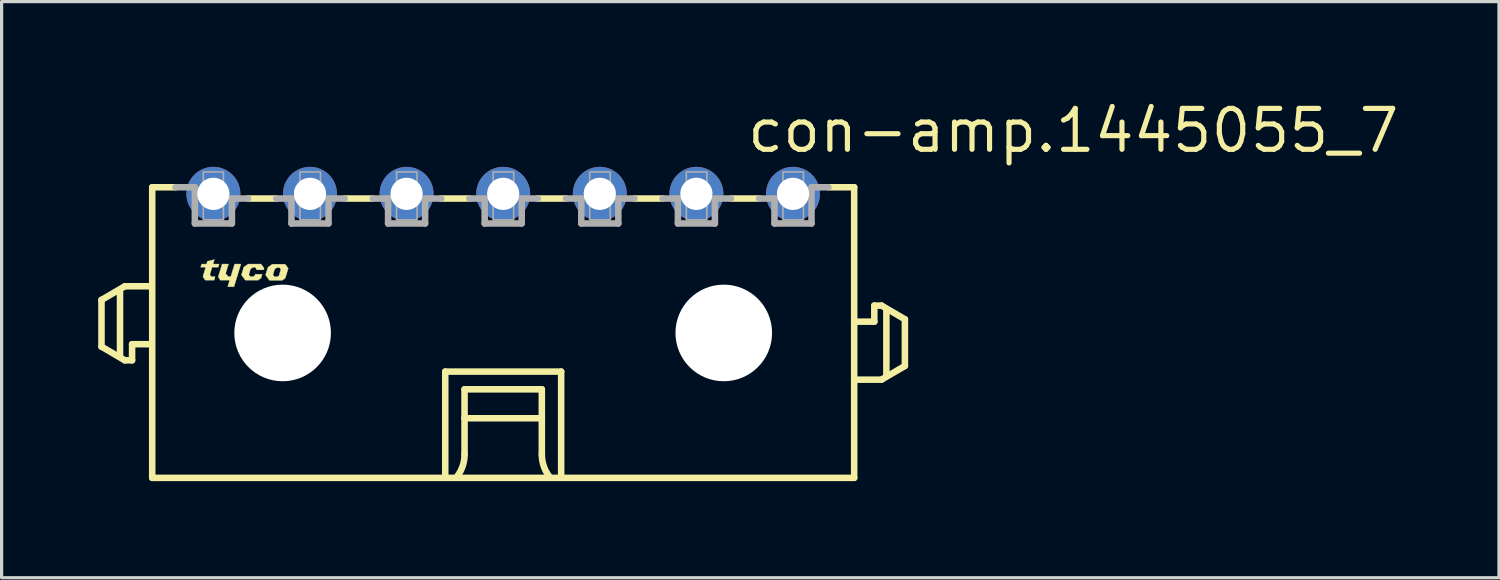
<source format=kicad_pcb>
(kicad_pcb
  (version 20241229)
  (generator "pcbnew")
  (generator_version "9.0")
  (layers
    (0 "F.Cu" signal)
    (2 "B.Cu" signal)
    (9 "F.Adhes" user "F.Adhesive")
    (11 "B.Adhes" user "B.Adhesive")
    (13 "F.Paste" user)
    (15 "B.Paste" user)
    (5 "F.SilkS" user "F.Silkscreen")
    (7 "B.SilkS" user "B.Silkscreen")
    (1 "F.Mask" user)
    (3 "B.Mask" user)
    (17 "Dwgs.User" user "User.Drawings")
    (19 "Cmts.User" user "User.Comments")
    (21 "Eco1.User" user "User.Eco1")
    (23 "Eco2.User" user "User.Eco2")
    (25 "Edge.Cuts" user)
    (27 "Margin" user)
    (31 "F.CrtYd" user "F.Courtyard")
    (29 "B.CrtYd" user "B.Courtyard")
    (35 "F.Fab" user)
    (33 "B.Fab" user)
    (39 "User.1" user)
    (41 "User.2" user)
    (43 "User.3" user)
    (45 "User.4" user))
  (footprint "con-amp.1445055_7"
    (layer "F.Cu")
    (at 12.577 7.29)
    (property "Reference" "con-amp.1445055_7" (at 7.5 -5.54 0) (layer "F.SilkS") (effects (font (size 1.27 1.27) (thickness 0.16)) (justify left bottom)))
    (attr through_hole)
    (fp_line (start -12.475 -1.025) (end -12.475 0.425) (stroke (width 0.203) (type default)) (layer "F.SilkS"))
    (fp_line (start -12.475 0.425) (end -11.75 0.85) (stroke (width 0.203) (type default)) (layer "F.SilkS"))
    (fp_line (start -11.9 0.7) (end -11.9 -1.3) (stroke (width 0.203) (type default)) (layer "F.SilkS"))
    (fp_line (start -11.75 -1.45) (end -12.475 -1.025) (stroke (width 0.203) (type default)) (layer "F.SilkS"))
    (fp_line (start -11.75 0.85) (end -11.525 0.85) (stroke (width 0.203) (type default)) (layer "F.SilkS"))
    (fp_line (start -11.525 0.35) (end -11 0.35) (stroke (width 0.203) (type default)) (layer "F.SilkS"))
    (fp_line (start -11.525 0.85) (end -11.525 0.35) (stroke (width 0.203) (type default)) (layer "F.SilkS"))
    (fp_line (start -11 -1.45) (end -11.75 -1.45) (stroke (width 0.203) (type default)) (layer "F.SilkS"))
    (fp_line (start -10.9 -4.525) (end -10.9 4.5) (stroke (width 0.203) (type default)) (layer "F.SilkS"))
    (fp_line (start -10.9 -4.525) (end -10.175 -4.525) (stroke (width 0.203) (type default)) (layer "F.SilkS"))
    (fp_line (start -10.9 4.5) (end 10.9 4.5) (stroke (width 0.203) (type default)) (layer "F.SilkS"))
    (fp_line (start -7.05 -4.175) (end -7.925 -4.175) (stroke (width 0.203) (type default)) (layer "F.SilkS"))
    (fp_line (start -4.05 -4.175) (end -4.925 -4.175) (stroke (width 0.203) (type default)) (layer "F.SilkS"))
    (fp_line (start -1.8 1.2) (end 1.8 1.2) (stroke (width 0.203) (type default)) (layer "F.SilkS"))
    (fp_line (start -1.8 4.4) (end -1.8 1.2) (stroke (width 0.203) (type default)) (layer "F.SilkS"))
    (fp_line (start -1.2 1.75) (end -1.2 2.65) (stroke (width 0.203) (type default)) (layer "F.SilkS"))
    (fp_line (start -1.2 2.65) (end -1.2 3.775) (stroke (width 0.203) (type default)) (layer "F.SilkS"))
    (fp_line (start -1.2 2.65) (end 1.2 2.65) (stroke (width 0.203) (type default)) (layer "F.SilkS"))
    (fp_line (start -1.05 -4.175) (end -1.925 -4.175) (stroke (width 0.203) (type default)) (layer "F.SilkS"))
    (fp_line (start 1.2 1.75) (end -1.2 1.75) (stroke (width 0.203) (type default)) (layer "F.SilkS"))
    (fp_line (start 1.2 2.65) (end 1.2 1.75) (stroke (width 0.203) (type default)) (layer "F.SilkS"))
    (fp_line (start 1.2 2.65) (end 1.2 3.775) (stroke (width 0.203) (type default)) (layer "F.SilkS"))
    (fp_line (start 1.8 1.2) (end 1.8 4.4) (stroke (width 0.203) (type default)) (layer "F.SilkS"))
    (fp_line (start 1.95 -4.175) (end 1.075 -4.175) (stroke (width 0.203) (type default)) (layer "F.SilkS"))
    (fp_line (start 4.95 -4.175) (end 4.075 -4.175) (stroke (width 0.203) (type default)) (layer "F.SilkS"))
    (fp_line (start 7.95 -4.175) (end 7.075 -4.175) (stroke (width 0.203) (type default)) (layer "F.SilkS"))
    (fp_line (start 10.9 -4.525) (end 10.1 -4.525) (stroke (width 0.203) (type default)) (layer "F.SilkS"))
    (fp_line (start 10.9 4.5) (end 10.9 -4.525) (stroke (width 0.203) (type default)) (layer "F.SilkS"))
    (fp_line (start 11 1.45) (end 11.75 1.45) (stroke (width 0.203) (type default)) (layer "F.SilkS"))
    (fp_line (start 11.525 -0.85) (end 11.525 -0.35) (stroke (width 0.203) (type default)) (layer "F.SilkS"))
    (fp_line (start 11.525 -0.35) (end 11 -0.35) (stroke (width 0.203) (type default)) (layer "F.SilkS"))
    (fp_line (start 11.75 -0.85) (end 11.525 -0.85) (stroke (width 0.203) (type default)) (layer "F.SilkS"))
    (fp_line (start 11.75 1.45) (end 12.475 1.025) (stroke (width 0.203) (type default)) (layer "F.SilkS"))
    (fp_line (start 11.9 1.3) (end 11.9 -0.7) (stroke (width 0.203) (type default)) (layer "F.SilkS"))
    (fp_line (start 12.475 -0.425) (end 11.75 -0.85) (stroke (width 0.203) (type default)) (layer "F.SilkS"))
    (fp_line (start 12.475 1.025) (end 12.475 -0.425) (stroke (width 0.203) (type default)) (layer "F.SilkS"))
    (fp_arc (start -1.2 3.775) (mid -1.257731 4.130756) (end -1.425 4.45) (stroke (width 0.2032) (type default)) (layer "F.SilkS"))
    (fp_arc (start 1.425 4.45) (mid 1.257731 4.130756) (end 1.2 3.775) (stroke (width 0.2032) (type default)) (layer "F.SilkS"))
    (fp_poly (pts (xy -8.73 -2.14) (xy -8.53 -2.14) (xy -8.62 -1.845) (xy -8.54 -1.75) (xy -8.46 -1.75) (xy -8.34 -2.14) (xy -8.145 -2.14) (xy -8.36 -1.435) (xy -8.555 -1.435) (xy -8.495 -1.64) (xy -8.785 -1.64) (xy -8.85 -1.74)) (stroke (width 0.01) (type default)) (fill yes) (layer "F.SilkS"))
    (fp_poly (pts (xy -9.365 -2.14) (xy -9.21 -2.14) (xy -9.188 -2.225) (xy -8.97 -2.28) (xy -9.01 -2.14) (xy -8.82 -2.14) (xy -8.85 -2.04) (xy -9.04 -2.04) (xy -9.11 -1.81) (xy -9.065 -1.75) (xy -8.945 -1.75) (xy -8.975 -1.64) (xy -9.255 -1.64) (xy -9.325 -1.75) (xy -9.24 -2.04) (xy -9.395 -2.04)) (stroke (width 0.01) (type default)) (fill yes) (layer "F.SilkS"))
    (fp_poly (pts (xy -7.66 -1.96) (xy -7.44 -1.96) (xy -7.425 -2.01) (xy -7.52 -2.14) (xy -7.92 -2.14) (xy -8.055 -2.045) (xy -8.13 -1.805) (xy -8.01 -1.64) (xy -7.61 -1.64) (xy -7.52 -1.705) (xy -7.485 -1.825) (xy -7.7 -1.825) (xy -7.715 -1.78) (xy -7.76 -1.75) (xy -7.855 -1.75) (xy -7.9 -1.81) (xy -7.85 -1.98) (xy -7.78 -2.035) (xy -7.695 -2.035) (xy -7.655 -1.975)) (stroke (width 0.01) (type default)) (fill yes) (layer "F.SilkS"))
    (fp_poly (pts (xy -6.95 -1.825) (xy -6.73 -1.825) (xy -6.675 -2.005) (xy -6.77 -2.135) (xy -7.17 -2.135) (xy -7.305 -2.04) (xy -7.38 -1.8) (xy -7.26 -1.635) (xy -6.86 -1.635) (xy -6.77 -1.7) (xy -6.73 -1.825) (xy -6.95 -1.82) (xy -6.965 -1.775) (xy -7.01 -1.745) (xy -7.105 -1.745) (xy -7.15 -1.805) (xy -7.1 -1.975) (xy -7.03 -2.03) (xy -6.945 -2.03) (xy -6.905 -1.97)) (stroke (width 0.01) (type default)) (fill yes) (layer "F.SilkS"))
    (fp_line (start -9.575 -4.525) (end -10.175 -4.525) (stroke (width 0.203) (type default)) (layer "F.Fab"))
    (fp_line (start -9.575 -3.4) (end -9.575 -4.525) (stroke (width 0.203) (type default)) (layer "F.Fab"))
    (fp_line (start -8.425 -4.175) (end -8.425 -3.4) (stroke (width 0.203) (type default)) (layer "F.Fab"))
    (fp_line (start -8.425 -3.4) (end -9.575 -3.4) (stroke (width 0.203) (type default)) (layer "F.Fab"))
    (fp_line (start -7.925 -4.175) (end -8.425 -4.175) (stroke (width 0.203) (type default)) (layer "F.Fab"))
    (fp_line (start -6.575 -4.175) (end -7.05 -4.175) (stroke (width 0.203) (type default)) (layer "F.Fab"))
    (fp_line (start -6.575 -3.4) (end -6.575 -4.175) (stroke (width 0.203) (type default)) (layer "F.Fab"))
    (fp_line (start -5.425 -4.175) (end -5.425 -3.4) (stroke (width 0.203) (type default)) (layer "F.Fab"))
    (fp_line (start -5.425 -3.4) (end -6.575 -3.4) (stroke (width 0.203) (type default)) (layer "F.Fab"))
    (fp_line (start -4.925 -4.175) (end -5.425 -4.175) (stroke (width 0.203) (type default)) (layer "F.Fab"))
    (fp_line (start -3.575 -4.175) (end -4.05 -4.175) (stroke (width 0.203) (type default)) (layer "F.Fab"))
    (fp_line (start -3.575 -3.4) (end -3.575 -4.175) (stroke (width 0.203) (type default)) (layer "F.Fab"))
    (fp_line (start -2.425 -4.175) (end -2.425 -3.4) (stroke (width 0.203) (type default)) (layer "F.Fab"))
    (fp_line (start -2.425 -3.4) (end -3.575 -3.4) (stroke (width 0.203) (type default)) (layer "F.Fab"))
    (fp_line (start -1.925 -4.175) (end -2.425 -4.175) (stroke (width 0.203) (type default)) (layer "F.Fab"))
    (fp_line (start -0.575 -4.175) (end -1.05 -4.175) (stroke (width 0.203) (type default)) (layer "F.Fab"))
    (fp_line (start -0.575 -3.4) (end -0.575 -4.175) (stroke (width 0.203) (type default)) (layer "F.Fab"))
    (fp_line (start 0.575 -4.175) (end 0.575 -3.4) (stroke (width 0.203) (type default)) (layer "F.Fab"))
    (fp_line (start 0.575 -3.4) (end -0.575 -3.4) (stroke (width 0.203) (type default)) (layer "F.Fab"))
    (fp_line (start 1.075 -4.175) (end 0.575 -4.175) (stroke (width 0.203) (type default)) (layer "F.Fab"))
    (fp_line (start 2.425 -4.175) (end 1.95 -4.175) (stroke (width 0.203) (type default)) (layer "F.Fab"))
    (fp_line (start 2.425 -3.4) (end 2.425 -4.175) (stroke (width 0.203) (type default)) (layer "F.Fab"))
    (fp_line (start 3.575 -4.175) (end 3.575 -3.4) (stroke (width 0.203) (type default)) (layer "F.Fab"))
    (fp_line (start 3.575 -3.4) (end 2.425 -3.4) (stroke (width 0.203) (type default)) (layer "F.Fab"))
    (fp_line (start 4.075 -4.175) (end 3.575 -4.175) (stroke (width 0.203) (type default)) (layer "F.Fab"))
    (fp_line (start 5.425 -4.175) (end 4.95 -4.175) (stroke (width 0.203) (type default)) (layer "F.Fab"))
    (fp_line (start 5.425 -3.4) (end 5.425 -4.175) (stroke (width 0.203) (type default)) (layer "F.Fab"))
    (fp_line (start 6.575 -4.175) (end 6.575 -3.4) (stroke (width 0.203) (type default)) (layer "F.Fab"))
    (fp_line (start 6.575 -3.4) (end 5.425 -3.4) (stroke (width 0.203) (type default)) (layer "F.Fab"))
    (fp_line (start 7.075 -4.175) (end 6.575 -4.175) (stroke (width 0.203) (type default)) (layer "F.Fab"))
    (fp_line (start 8.425 -4.175) (end 7.95 -4.175) (stroke (width 0.203) (type default)) (layer "F.Fab"))
    (fp_line (start 8.425 -3.4) (end 8.425 -4.175) (stroke (width 0.203) (type default)) (layer "F.Fab"))
    (fp_line (start 9.575 -4.525) (end 9.575 -3.4) (stroke (width 0.203) (type default)) (layer "F.Fab"))
    (fp_line (start 9.575 -3.4) (end 8.425 -3.4) (stroke (width 0.203) (type default)) (layer "F.Fab"))
    (fp_line (start 10.1 -4.525) (end 9.575 -4.525) (stroke (width 0.203) (type default)) (layer "F.Fab"))
    (fp_rect (start -9.312 -3.513) (end -8.688 -5) (stroke (width 0.05) (type default)) (fill no) (layer "F.Fab"))
    (fp_rect (start -6.312 -3.513) (end -5.675 -5) (stroke (width 0.05) (type default)) (fill no) (layer "F.Fab"))
    (fp_rect (start -3.312 -3.513) (end -2.675 -5) (stroke (width 0.05) (type default)) (fill no) (layer "F.Fab"))
    (fp_rect (start -0.312 -3.513) (end 0.325 -5) (stroke (width 0.05) (type default)) (fill no) (layer "F.Fab"))
    (fp_rect (start 2.688 -3.513) (end 3.325 -5) (stroke (width 0.05) (type default)) (fill no) (layer "F.Fab"))
    (fp_rect (start 5.688 -3.513) (end 6.325 -5) (stroke (width 0.05) (type default)) (fill no) (layer "F.Fab"))
    (fp_rect (start 8.688 -3.513) (end 9.325 -5) (stroke (width 0.05) (type default)) (fill no) (layer "F.Fab"))
    (pad "" np_thru_hole circle (at -6.85 0) (size 3 3) (drill 3) (layers "*.Cu" "*.Mask"))
    (pad "" np_thru_hole circle (at 6.85 0) (size 3 3) (drill 3) (layers "*.Cu" "*.Mask"))
    (pad "1" thru_hole circle (at 9 -4.32) (size 1.676 1.676) (drill 1) (layers "*.Cu" "*.Mask"))
    (pad "2" thru_hole circle (at 6 -4.32) (size 1.676 1.676) (drill 1) (layers "*.Cu" "*.Mask"))
    (pad "3" thru_hole circle (at 3 -4.32) (size 1.676 1.676) (drill 1) (layers "*.Cu" "*.Mask"))
    (pad "4" thru_hole circle (at 0 -4.32) (size 1.676 1.676) (drill 1) (layers "*.Cu" "*.Mask"))
    (pad "5" thru_hole circle (at -3 -4.32) (size 1.676 1.676) (drill 1) (layers "*.Cu" "*.Mask"))
    (pad "6" thru_hole circle (at -6 -4.32) (size 1.676 1.676) (drill 1) (layers "*.Cu" "*.Mask"))
    (pad "7" thru_hole circle (at -9 -4.32) (size 1.676 1.676) (drill 1) (layers "*.Cu" "*.Mask")))
  (gr_rect
    (start -3 -3)
    (end 43.502 14.892)
    (stroke (width 0.1) (type default))
    (fill no)
    (layer "Edge.Cuts")))
</source>
